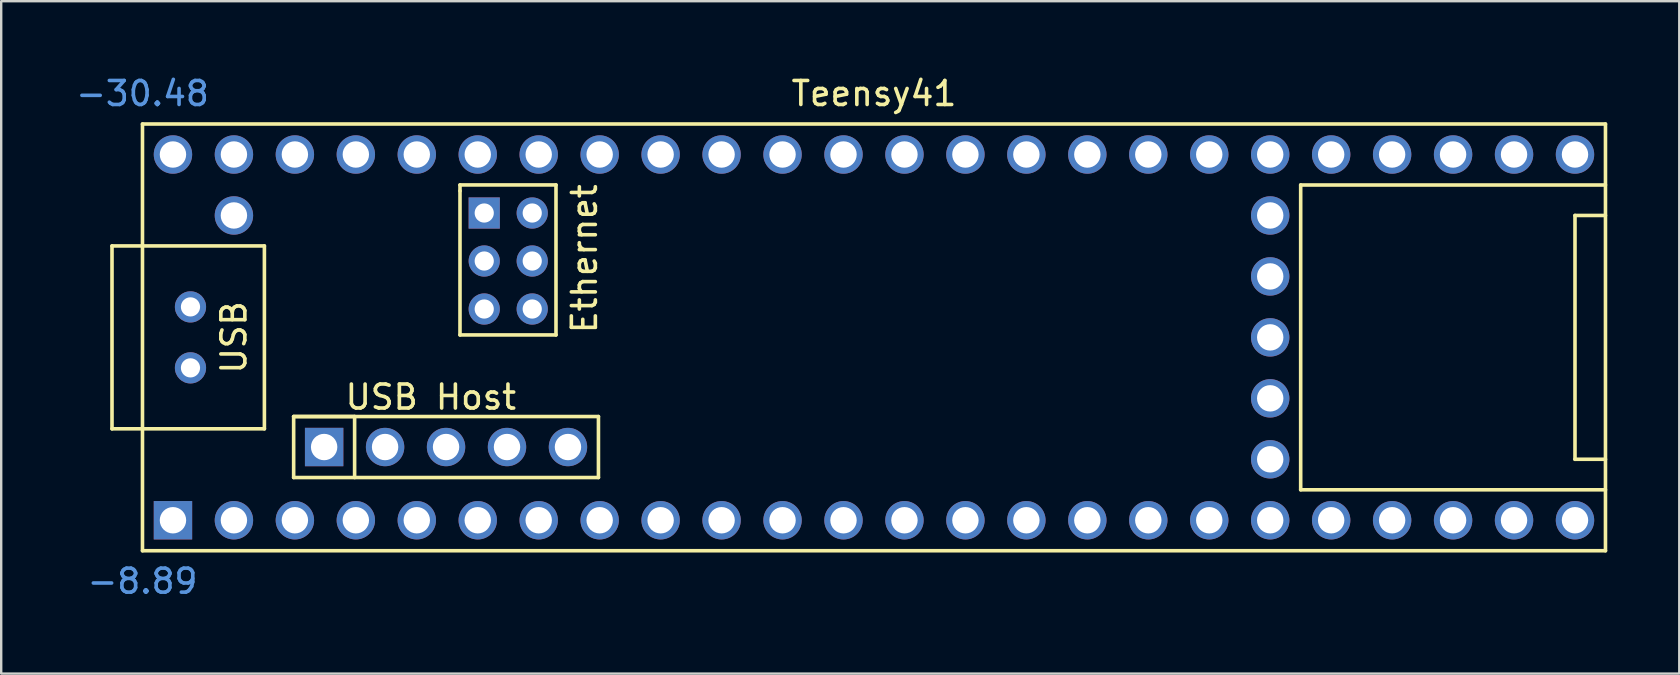
<source format=kicad_pcb>
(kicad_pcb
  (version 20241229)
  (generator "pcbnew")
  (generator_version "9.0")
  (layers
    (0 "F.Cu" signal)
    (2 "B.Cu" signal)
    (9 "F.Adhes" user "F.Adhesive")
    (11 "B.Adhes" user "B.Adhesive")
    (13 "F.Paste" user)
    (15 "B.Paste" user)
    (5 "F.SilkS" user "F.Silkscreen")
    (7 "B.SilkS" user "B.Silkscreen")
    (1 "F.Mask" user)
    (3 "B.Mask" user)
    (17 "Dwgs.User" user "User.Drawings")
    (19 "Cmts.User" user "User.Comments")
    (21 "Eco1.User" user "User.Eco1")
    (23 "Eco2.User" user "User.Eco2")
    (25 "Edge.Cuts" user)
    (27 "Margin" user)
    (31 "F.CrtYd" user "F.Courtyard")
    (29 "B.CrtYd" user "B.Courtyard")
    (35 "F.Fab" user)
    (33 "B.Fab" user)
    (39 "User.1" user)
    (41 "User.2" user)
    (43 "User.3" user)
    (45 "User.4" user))
  (footprint "Teensy41"
    (layer "F.Cu")
    (at 33.367 11.008)
    (property "Reference" "Teensy41" (at 0 -10.16 180) (layer "F.SilkS") (effects (font (size 1 1) (thickness 0.15))))
    (attr through_hole)
    (fp_line (start -31.75 -3.81) (end -30.48 -3.81) (stroke (width 0.15) (type solid)) (layer "F.SilkS"))
    (fp_line (start -31.75 3.81) (end -31.75 -3.81) (stroke (width 0.15) (type solid)) (layer "F.SilkS"))
    (fp_line (start -30.48 -8.89) (end 30.48 -8.89) (stroke (width 0.15) (type solid)) (layer "F.SilkS"))
    (fp_line (start -30.48 3.81) (end -31.75 3.81) (stroke (width 0.15) (type solid)) (layer "F.SilkS"))
    (fp_line (start -30.48 8.89) (end -30.48 -8.89) (stroke (width 0.15) (type solid)) (layer "F.SilkS"))
    (fp_line (start -25.4 -3.81) (end -30.48 -3.81) (stroke (width 0.15) (type solid)) (layer "F.SilkS"))
    (fp_line (start -25.4 3.81) (end -30.48 3.81) (stroke (width 0.15) (type solid)) (layer "F.SilkS"))
    (fp_line (start -25.4 3.81) (end -25.4 -3.81) (stroke (width 0.15) (type solid)) (layer "F.SilkS"))
    (fp_line (start -24.181 3.299) (end -21.641 3.299) (stroke (width 0.15) (type solid)) (layer "F.SilkS"))
    (fp_line (start -24.181 3.299) (end -11.481 3.299) (stroke (width 0.15) (type solid)) (layer "F.SilkS"))
    (fp_line (start -24.181 5.839) (end -24.181 3.299) (stroke (width 0.15) (type solid)) (layer "F.SilkS"))
    (fp_line (start -21.641 3.299) (end -21.641 5.839) (stroke (width 0.15) (type solid)) (layer "F.SilkS"))
    (fp_line (start -17.25 -6.352) (end -17.25 -6.102) (stroke (width 0.15) (type solid)) (layer "F.SilkS"))
    (fp_line (start -17.25 -6.102) (end -17.25 -0.102) (stroke (width 0.15) (type solid)) (layer "F.SilkS"))
    (fp_line (start -17.25 -0.102) (end -13.25 -0.102) (stroke (width 0.15) (type solid)) (layer "F.SilkS"))
    (fp_line (start -13.25 -6.352) (end -17.25 -6.352) (stroke (width 0.15) (type solid)) (layer "F.SilkS"))
    (fp_line (start -13.25 -0.102) (end -13.25 -6.352) (stroke (width 0.15) (type solid)) (layer "F.SilkS"))
    (fp_line (start -11.481 3.299) (end -11.481 5.839) (stroke (width 0.15) (type solid)) (layer "F.SilkS"))
    (fp_line (start -11.481 5.839) (end -24.181 5.839) (stroke (width 0.15) (type solid)) (layer "F.SilkS"))
    (fp_line (start 17.78 -6.35) (end 17.78 6.35) (stroke (width 0.15) (type solid)) (layer "F.SilkS"))
    (fp_line (start 17.78 6.35) (end 30.48 6.35) (stroke (width 0.15) (type solid)) (layer "F.SilkS"))
    (fp_line (start 29.21 -5.08) (end 29.21 5.08) (stroke (width 0.15) (type solid)) (layer "F.SilkS"))
    (fp_line (start 29.21 5.08) (end 30.48 5.08) (stroke (width 0.15) (type solid)) (layer "F.SilkS"))
    (fp_line (start 30.48 -8.89) (end 30.48 8.89) (stroke (width 0.15) (type solid)) (layer "F.SilkS"))
    (fp_line (start 30.48 -6.35) (end 17.78 -6.35) (stroke (width 0.15) (type solid)) (layer "F.SilkS"))
    (fp_line (start 30.48 -5.08) (end 29.21 -5.08) (stroke (width 0.15) (type solid)) (layer "F.SilkS"))
    (fp_line (start 30.48 8.89) (end -30.48 8.89) (stroke (width 0.15) (type solid)) (layer "F.SilkS"))
    (fp_text user "Ethernet" (at -12.065 -3.277 270) (layer "F.SilkS") (effects (font (size 1 1) (thickness 0.15))))
    (fp_text user "USB" (at -26.67 0 270) (layer "F.SilkS") (effects (font (size 1 1) (thickness 0.15))))
    (fp_text user "USB Host" (at -18.466 2.489 180) (layer "F.SilkS") (effects (font (size 1 1) (thickness 0.15))))
    (fp_text user "-30.48" (at -30.48 -10.16 0) (unlocked yes) (layer "Cmts.User") (effects (font (size 1 1) (thickness 0.15))))
    (fp_text user "-8.89" (at -30.48 10.16 0) (unlocked yes) (layer "Cmts.User") (effects (font (size 1 1) (thickness 0.15))))
    (pad "1" thru_hole rect (at -29.21 7.62) (size 1.6 1.6) (drill 1.1) (layers "*.Cu" "*.Mask"))
    (pad "2" thru_hole circle (at -26.67 7.62) (size 1.6 1.6) (drill 1.1) (layers "*.Cu" "*.Mask"))
    (pad "3" thru_hole circle (at -24.13 7.62) (size 1.6 1.6) (drill 1.1) (layers "*.Cu" "*.Mask"))
    (pad "4" thru_hole circle (at -21.59 7.62) (size 1.6 1.6) (drill 1.1) (layers "*.Cu" "*.Mask"))
    (pad "5" thru_hole circle (at -19.05 7.62) (size 1.6 1.6) (drill 1.1) (layers "*.Cu" "*.Mask"))
    (pad "6" thru_hole circle (at -16.51 7.62) (size 1.6 1.6) (drill 1.1) (layers "*.Cu" "*.Mask"))
    (pad "7" thru_hole circle (at -13.97 7.62) (size 1.6 1.6) (drill 1.1) (layers "*.Cu" "*.Mask"))
    (pad "8" thru_hole circle (at -11.43 7.62) (size 1.6 1.6) (drill 1.1) (layers "*.Cu" "*.Mask"))
    (pad "9" thru_hole circle (at -8.89 7.62) (size 1.6 1.6) (drill 1.1) (layers "*.Cu" "*.Mask"))
    (pad "10" thru_hole circle (at -6.35 7.62) (size 1.6 1.6) (drill 1.1) (layers "*.Cu" "*.Mask"))
    (pad "11" thru_hole circle (at -3.81 7.62) (size 1.6 1.6) (drill 1.1) (layers "*.Cu" "*.Mask"))
    (pad "12" thru_hole circle (at -1.27 7.62) (size 1.6 1.6) (drill 1.1) (layers "*.Cu" "*.Mask"))
    (pad "13" thru_hole circle (at 1.27 7.62) (size 1.6 1.6) (drill 1.1) (layers "*.Cu" "*.Mask"))
    (pad "14" thru_hole circle (at 3.81 7.62) (size 1.6 1.6) (drill 1.1) (layers "*.Cu" "*.Mask"))
    (pad "15" thru_hole circle (at 6.35 7.62) (size 1.6 1.6) (drill 1.1) (layers "*.Cu" "*.Mask"))
    (pad "16" thru_hole circle (at 8.89 7.62) (size 1.6 1.6) (drill 1.1) (layers "*.Cu" "*.Mask"))
    (pad "17" thru_hole circle (at 11.43 7.62) (size 1.6 1.6) (drill 1.1) (layers "*.Cu" "*.Mask"))
    (pad "18" thru_hole circle (at 13.97 7.62) (size 1.6 1.6) (drill 1.1) (layers "*.Cu" "*.Mask"))
    (pad "19" thru_hole circle (at 16.51 7.62) (size 1.6 1.6) (drill 1.1) (layers "*.Cu" "*.Mask"))
    (pad "20" thru_hole circle (at 19.05 7.62) (size 1.6 1.6) (drill 1.1) (layers "*.Cu" "*.Mask"))
    (pad "21" thru_hole circle (at 21.59 7.62) (size 1.6 1.6) (drill 1.1) (layers "*.Cu" "*.Mask"))
    (pad "22" thru_hole circle (at 24.13 7.62) (size 1.6 1.6) (drill 1.1) (layers "*.Cu" "*.Mask"))
    (pad "23" thru_hole circle (at 26.67 7.62) (size 1.6 1.6) (drill 1.1) (layers "*.Cu" "*.Mask"))
    (pad "24" thru_hole circle (at 29.21 7.62) (size 1.6 1.6) (drill 1.1) (layers "*.Cu" "*.Mask"))
    (pad "25" thru_hole circle (at 29.21 -7.62) (size 1.6 1.6) (drill 1.1) (layers "*.Cu" "*.Mask"))
    (pad "26" thru_hole circle (at 26.67 -7.62) (size 1.6 1.6) (drill 1.1) (layers "*.Cu" "*.Mask"))
    (pad "27" thru_hole circle (at 24.13 -7.62) (size 1.6 1.6) (drill 1.1) (layers "*.Cu" "*.Mask"))
    (pad "28" thru_hole circle (at 21.59 -7.62) (size 1.6 1.6) (drill 1.1) (layers "*.Cu" "*.Mask"))
    (pad "29" thru_hole circle (at 19.05 -7.62) (size 1.6 1.6) (drill 1.1) (layers "*.Cu" "*.Mask"))
    (pad "30" thru_hole circle (at 16.51 -7.62) (size 1.6 1.6) (drill 1.1) (layers "*.Cu" "*.Mask"))
    (pad "31" thru_hole circle (at 13.97 -7.62) (size 1.6 1.6) (drill 1.1) (layers "*.Cu" "*.Mask"))
    (pad "32" thru_hole circle (at 11.43 -7.62) (size 1.6 1.6) (drill 1.1) (layers "*.Cu" "*.Mask"))
    (pad "33" thru_hole circle (at 8.89 -7.62) (size 1.6 1.6) (drill 1.1) (layers "*.Cu" "*.Mask"))
    (pad "34" thru_hole circle (at 6.35 -7.62) (size 1.6 1.6) (drill 1.1) (layers "*.Cu" "*.Mask"))
    (pad "35" thru_hole circle (at 3.81 -7.62) (size 1.6 1.6) (drill 1.1) (layers "*.Cu" "*.Mask"))
    (pad "36" thru_hole circle (at 1.27 -7.62) (size 1.6 1.6) (drill 1.1) (layers "*.Cu" "*.Mask"))
    (pad "37" thru_hole circle (at -1.27 -7.62) (size 1.6 1.6) (drill 1.1) (layers "*.Cu" "*.Mask"))
    (pad "38" thru_hole circle (at -3.81 -7.62) (size 1.6 1.6) (drill 1.1) (layers "*.Cu" "*.Mask"))
    (pad "39" thru_hole circle (at -6.35 -7.62) (size 1.6 1.6) (drill 1.1) (layers "*.Cu" "*.Mask"))
    (pad "40" thru_hole circle (at -8.89 -7.62) (size 1.6 1.6) (drill 1.1) (layers "*.Cu" "*.Mask"))
    (pad "41" thru_hole circle (at -11.43 -7.62) (size 1.6 1.6) (drill 1.1) (layers "*.Cu" "*.Mask"))
    (pad "42" thru_hole circle (at -13.97 -7.62) (size 1.6 1.6) (drill 1.1) (layers "*.Cu" "*.Mask"))
    (pad "43" thru_hole circle (at -16.51 -7.62) (size 1.6 1.6) (drill 1.1) (layers "*.Cu" "*.Mask"))
    (pad "44" thru_hole circle (at -19.05 -7.62) (size 1.6 1.6) (drill 1.1) (layers "*.Cu" "*.Mask"))
    (pad "45" thru_hole circle (at -21.59 -7.62) (size 1.6 1.6) (drill 1.1) (layers "*.Cu" "*.Mask"))
    (pad "46" thru_hole circle (at -24.13 -7.62) (size 1.6 1.6) (drill 1.1) (layers "*.Cu" "*.Mask"))
    (pad "47" thru_hole circle (at -26.67 -7.62) (size 1.6 1.6) (drill 1.1) (layers "*.Cu" "*.Mask"))
    (pad "48" thru_hole circle (at -29.21 -7.62) (size 1.6 1.6) (drill 1.1) (layers "*.Cu" "*.Mask"))
    (pad "49" thru_hole circle (at -26.67 -5.08) (size 1.6 1.6) (drill 1.1) (layers "*.Cu" "*.Mask"))
    (pad "50" thru_hole circle (at 16.51 5.08) (size 1.6 1.6) (drill 1.1) (layers "*.Cu" "*.Mask"))
    (pad "51" thru_hole circle (at 16.51 2.54) (size 1.6 1.6) (drill 1.1) (layers "*.Cu" "*.Mask"))
    (pad "52" thru_hole circle (at 16.51 0) (size 1.6 1.6) (drill 1.1) (layers "*.Cu" "*.Mask"))
    (pad "53" thru_hole circle (at 16.51 -2.54) (size 1.6 1.6) (drill 1.1) (layers "*.Cu" "*.Mask"))
    (pad "54" thru_hole circle (at 16.51 -5.08) (size 1.6 1.6) (drill 1.1) (layers "*.Cu" "*.Mask"))
    (pad "55" thru_hole rect (at -22.911 4.569) (size 1.6 1.6) (drill 1.1) (layers "*.Cu" "*.Mask"))
    (pad "56" thru_hole circle (at -20.371 4.569) (size 1.6 1.6) (drill 1.1) (layers "*.Cu" "*.Mask"))
    (pad "57" thru_hole circle (at -17.831 4.569) (size 1.6 1.6) (drill 1.1) (layers "*.Cu" "*.Mask"))
    (pad "58" thru_hole circle (at -15.291 4.569) (size 1.6 1.6) (drill 1.1) (layers "*.Cu" "*.Mask"))
    (pad "59" thru_hole circle (at -12.751 4.569) (size 1.6 1.6) (drill 1.1) (layers "*.Cu" "*.Mask"))
    (pad "60" thru_hole rect (at -16.24 -5.182) (size 1.3 1.3) (drill 0.8) (layers "*.Cu" "*.Mask"))
    (pad "61" thru_hole circle (at -16.24 -3.182) (size 1.3 1.3) (drill 0.8) (layers "*.Cu" "*.Mask"))
    (pad "62" thru_hole circle (at -16.24 -1.182) (size 1.3 1.3) (drill 0.8) (layers "*.Cu" "*.Mask"))
    (pad "63" thru_hole circle (at -14.24 -1.182) (size 1.3 1.3) (drill 0.8) (layers "*.Cu" "*.Mask"))
    (pad "64" thru_hole circle (at -14.24 -3.182) (size 1.3 1.3) (drill 0.8) (layers "*.Cu" "*.Mask"))
    (pad "65" thru_hole circle (at -14.24 -5.182) (size 1.3 1.3) (drill 0.8) (layers "*.Cu" "*.Mask"))
    (pad "66" thru_hole circle (at -28.48 -1.27) (size 1.3 1.3) (drill 0.8) (layers "*.Cu" "*.Mask"))
    (pad "67" thru_hole circle (at -28.48 1.27) (size 1.3 1.3) (drill 0.8) (layers "*.Cu" "*.Mask")))
  (gr_rect
    (start -3 -3)
    (end 66.922 25.017)
    (stroke (width 0.1) (type default))
    (fill no)
    (layer "Edge.Cuts")))
</source>
